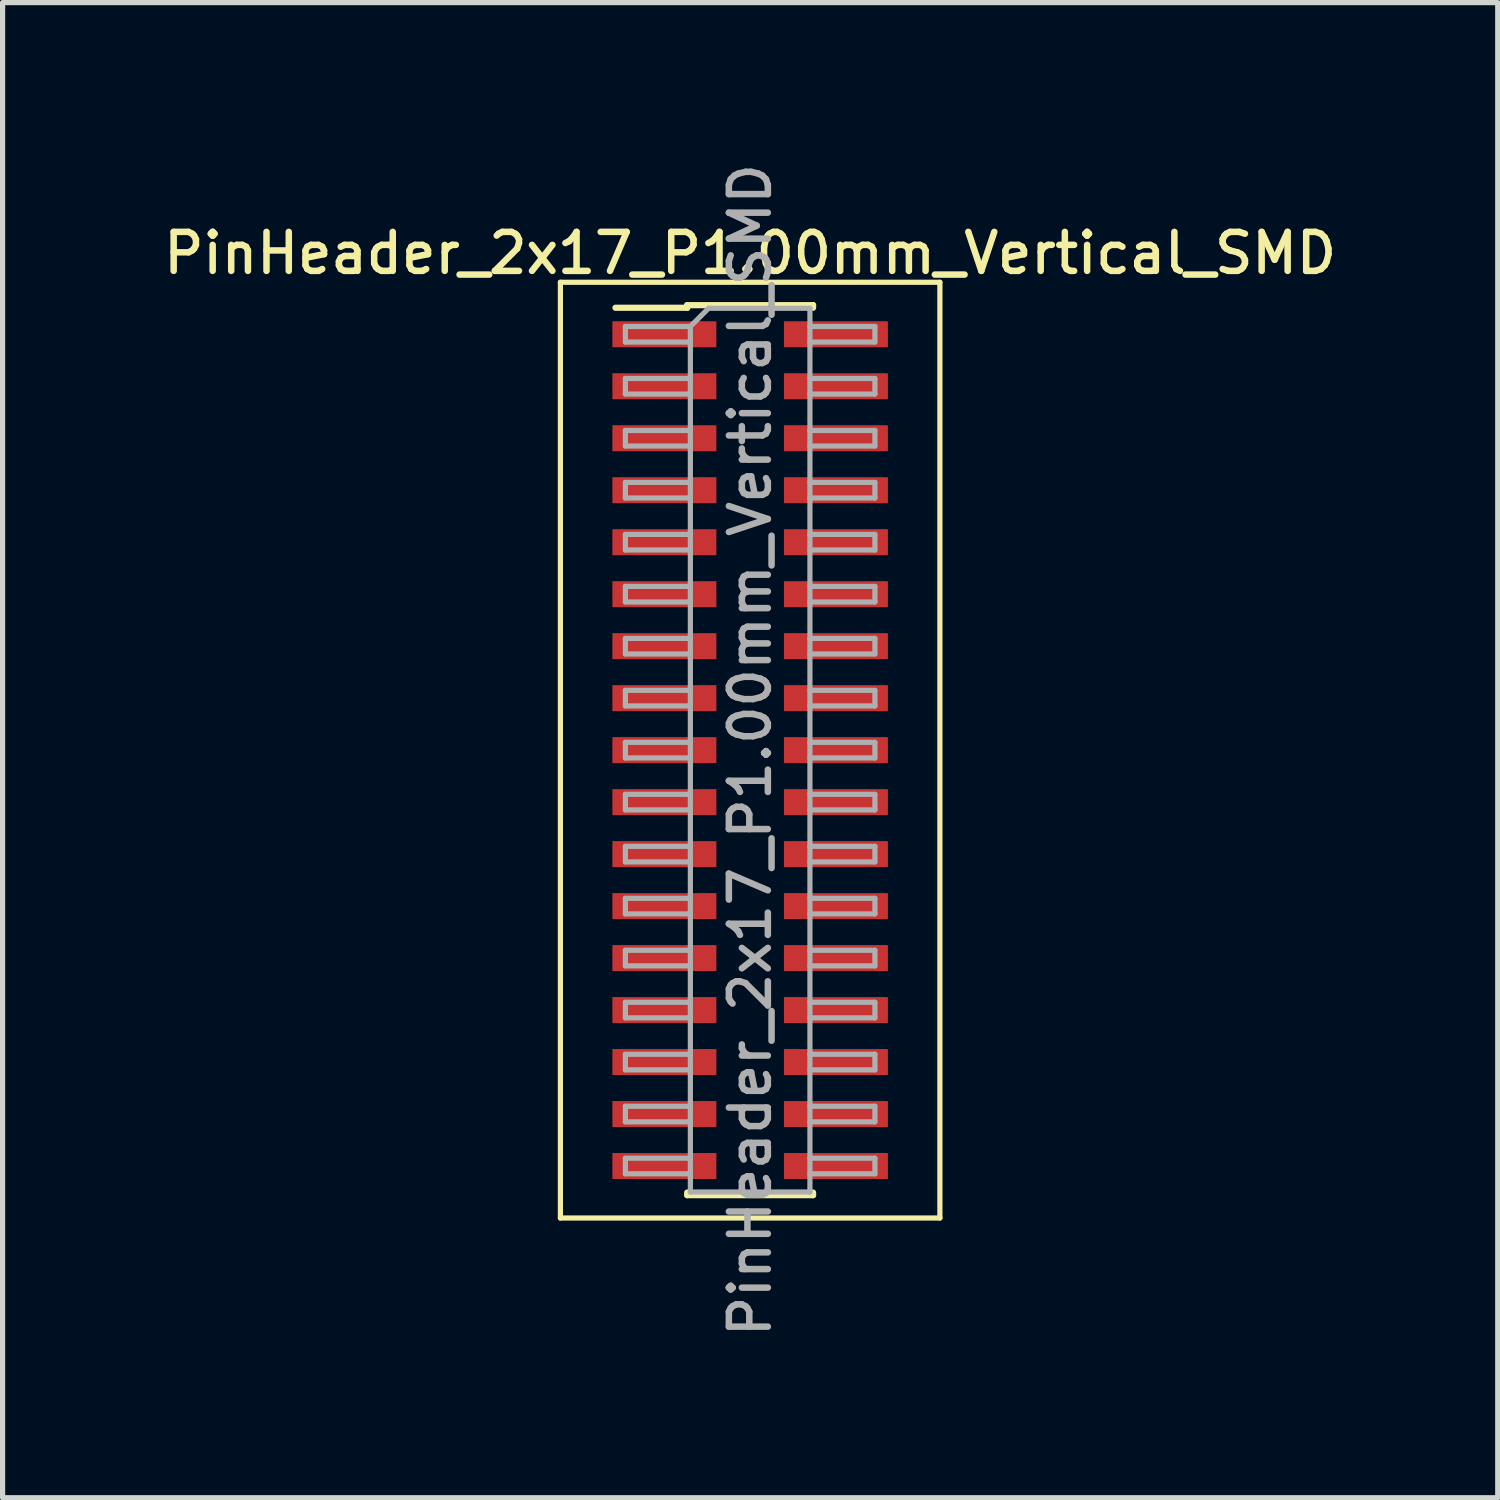
<source format=kicad_pcb>
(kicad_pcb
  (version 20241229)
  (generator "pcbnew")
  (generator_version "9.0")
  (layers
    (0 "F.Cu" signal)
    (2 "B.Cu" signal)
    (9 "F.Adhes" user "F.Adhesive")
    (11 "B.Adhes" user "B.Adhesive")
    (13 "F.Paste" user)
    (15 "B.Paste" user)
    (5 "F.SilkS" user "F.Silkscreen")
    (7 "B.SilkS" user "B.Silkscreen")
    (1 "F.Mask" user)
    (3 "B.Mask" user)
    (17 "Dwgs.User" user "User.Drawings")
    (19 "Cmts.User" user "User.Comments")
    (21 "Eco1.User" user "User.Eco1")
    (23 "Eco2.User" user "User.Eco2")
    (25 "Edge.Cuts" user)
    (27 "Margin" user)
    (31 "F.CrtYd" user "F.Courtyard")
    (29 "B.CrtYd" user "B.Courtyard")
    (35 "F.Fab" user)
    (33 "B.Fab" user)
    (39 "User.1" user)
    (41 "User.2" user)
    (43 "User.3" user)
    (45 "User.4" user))
  (footprint "PinHeader_2x17_P1.00mm_Vertical_SMD"
    (layer "F.Cu")
    (at 11.38 11.38)
    (property "Reference" "PinHeader_2x17_P1.00mm_Vertical_SMD" (at 0 -9.56 0) (layer "F.SilkS") (effects (font (size 0.75 0.75) (thickness 0.125))))
    (attr smd)
    (fp_line (start -3.65 -9) (end -3.65 9) (stroke (width 0.1) (type solid)) (layer "F.SilkS"))
    (fp_line (start -3.65 9) (end 3.65 9) (stroke (width 0.1) (type solid)) (layer "F.SilkS"))
    (fp_line (start -2.59 -8.51) (end -1.21 -8.51) (stroke (width 0.12) (type solid)) (layer "F.SilkS"))
    (fp_line (start -1.21 -8.56) (end -1.21 -8.51) (stroke (width 0.12) (type solid)) (layer "F.SilkS"))
    (fp_line (start -1.21 -8.56) (end 1.21 -8.56) (stroke (width 0.12) (type solid)) (layer "F.SilkS"))
    (fp_line (start -1.21 8.51) (end -1.21 8.56) (stroke (width 0.12) (type solid)) (layer "F.SilkS"))
    (fp_line (start -1.21 8.56) (end 1.21 8.56) (stroke (width 0.12) (type solid)) (layer "F.SilkS"))
    (fp_line (start 1.21 -8.56) (end 1.21 -8.51) (stroke (width 0.12) (type solid)) (layer "F.SilkS"))
    (fp_line (start 1.21 8.51) (end 1.21 8.56) (stroke (width 0.12) (type solid)) (layer "F.SilkS"))
    (fp_line (start 3.65 -9) (end -3.65 -9) (stroke (width 0.1) (type solid)) (layer "F.SilkS"))
    (fp_line (start 3.65 9) (end 3.65 -9) (stroke (width 0.1) (type solid)) (layer "F.SilkS"))
    (fp_line (start -2.4 -8.15) (end -2.4 -7.85) (stroke (width 0.1) (type solid)) (layer "F.Fab"))
    (fp_line (start -2.4 -7.85) (end -1.15 -7.85) (stroke (width 0.1) (type solid)) (layer "F.Fab"))
    (fp_line (start -2.4 -7.15) (end -2.4 -6.85) (stroke (width 0.1) (type solid)) (layer "F.Fab"))
    (fp_line (start -2.4 -6.85) (end -1.15 -6.85) (stroke (width 0.1) (type solid)) (layer "F.Fab"))
    (fp_line (start -2.4 -6.15) (end -2.4 -5.85) (stroke (width 0.1) (type solid)) (layer "F.Fab"))
    (fp_line (start -2.4 -5.85) (end -1.15 -5.85) (stroke (width 0.1) (type solid)) (layer "F.Fab"))
    (fp_line (start -2.4 -5.15) (end -2.4 -4.85) (stroke (width 0.1) (type solid)) (layer "F.Fab"))
    (fp_line (start -2.4 -4.85) (end -1.15 -4.85) (stroke (width 0.1) (type solid)) (layer "F.Fab"))
    (fp_line (start -2.4 -4.15) (end -2.4 -3.85) (stroke (width 0.1) (type solid)) (layer "F.Fab"))
    (fp_line (start -2.4 -3.85) (end -1.15 -3.85) (stroke (width 0.1) (type solid)) (layer "F.Fab"))
    (fp_line (start -2.4 -3.15) (end -2.4 -2.85) (stroke (width 0.1) (type solid)) (layer "F.Fab"))
    (fp_line (start -2.4 -2.85) (end -1.15 -2.85) (stroke (width 0.1) (type solid)) (layer "F.Fab"))
    (fp_line (start -2.4 -2.15) (end -2.4 -1.85) (stroke (width 0.1) (type solid)) (layer "F.Fab"))
    (fp_line (start -2.4 -1.85) (end -1.15 -1.85) (stroke (width 0.1) (type solid)) (layer "F.Fab"))
    (fp_line (start -2.4 -1.15) (end -2.4 -0.85) (stroke (width 0.1) (type solid)) (layer "F.Fab"))
    (fp_line (start -2.4 -0.85) (end -1.15 -0.85) (stroke (width 0.1) (type solid)) (layer "F.Fab"))
    (fp_line (start -2.4 -0.15) (end -2.4 0.15) (stroke (width 0.1) (type solid)) (layer "F.Fab"))
    (fp_line (start -2.4 0.15) (end -1.15 0.15) (stroke (width 0.1) (type solid)) (layer "F.Fab"))
    (fp_line (start -2.4 0.85) (end -2.4 1.15) (stroke (width 0.1) (type solid)) (layer "F.Fab"))
    (fp_line (start -2.4 1.15) (end -1.15 1.15) (stroke (width 0.1) (type solid)) (layer "F.Fab"))
    (fp_line (start -2.4 1.85) (end -2.4 2.15) (stroke (width 0.1) (type solid)) (layer "F.Fab"))
    (fp_line (start -2.4 2.15) (end -1.15 2.15) (stroke (width 0.1) (type solid)) (layer "F.Fab"))
    (fp_line (start -2.4 2.85) (end -2.4 3.15) (stroke (width 0.1) (type solid)) (layer "F.Fab"))
    (fp_line (start -2.4 3.15) (end -1.15 3.15) (stroke (width 0.1) (type solid)) (layer "F.Fab"))
    (fp_line (start -2.4 3.85) (end -2.4 4.15) (stroke (width 0.1) (type solid)) (layer "F.Fab"))
    (fp_line (start -2.4 4.15) (end -1.15 4.15) (stroke (width 0.1) (type solid)) (layer "F.Fab"))
    (fp_line (start -2.4 4.85) (end -2.4 5.15) (stroke (width 0.1) (type solid)) (layer "F.Fab"))
    (fp_line (start -2.4 5.15) (end -1.15 5.15) (stroke (width 0.1) (type solid)) (layer "F.Fab"))
    (fp_line (start -2.4 5.85) (end -2.4 6.15) (stroke (width 0.1) (type solid)) (layer "F.Fab"))
    (fp_line (start -2.4 6.15) (end -1.15 6.15) (stroke (width 0.1) (type solid)) (layer "F.Fab"))
    (fp_line (start -2.4 6.85) (end -2.4 7.15) (stroke (width 0.1) (type solid)) (layer "F.Fab"))
    (fp_line (start -2.4 7.15) (end -1.15 7.15) (stroke (width 0.1) (type solid)) (layer "F.Fab"))
    (fp_line (start -2.4 7.85) (end -2.4 8.15) (stroke (width 0.1) (type solid)) (layer "F.Fab"))
    (fp_line (start -2.4 8.15) (end -1.15 8.15) (stroke (width 0.1) (type solid)) (layer "F.Fab"))
    (fp_line (start -1.15 -8.15) (end -2.4 -8.15) (stroke (width 0.1) (type solid)) (layer "F.Fab"))
    (fp_line (start -1.15 -8.15) (end -0.8 -8.5) (stroke (width 0.1) (type solid)) (layer "F.Fab"))
    (fp_line (start -1.15 -7.15) (end -2.4 -7.15) (stroke (width 0.1) (type solid)) (layer "F.Fab"))
    (fp_line (start -1.15 -6.15) (end -2.4 -6.15) (stroke (width 0.1) (type solid)) (layer "F.Fab"))
    (fp_line (start -1.15 -5.15) (end -2.4 -5.15) (stroke (width 0.1) (type solid)) (layer "F.Fab"))
    (fp_line (start -1.15 -4.15) (end -2.4 -4.15) (stroke (width 0.1) (type solid)) (layer "F.Fab"))
    (fp_line (start -1.15 -3.15) (end -2.4 -3.15) (stroke (width 0.1) (type solid)) (layer "F.Fab"))
    (fp_line (start -1.15 -2.15) (end -2.4 -2.15) (stroke (width 0.1) (type solid)) (layer "F.Fab"))
    (fp_line (start -1.15 -1.15) (end -2.4 -1.15) (stroke (width 0.1) (type solid)) (layer "F.Fab"))
    (fp_line (start -1.15 -0.15) (end -2.4 -0.15) (stroke (width 0.1) (type solid)) (layer "F.Fab"))
    (fp_line (start -1.15 0.85) (end -2.4 0.85) (stroke (width 0.1) (type solid)) (layer "F.Fab"))
    (fp_line (start -1.15 1.85) (end -2.4 1.85) (stroke (width 0.1) (type solid)) (layer "F.Fab"))
    (fp_line (start -1.15 2.85) (end -2.4 2.85) (stroke (width 0.1) (type solid)) (layer "F.Fab"))
    (fp_line (start -1.15 3.85) (end -2.4 3.85) (stroke (width 0.1) (type solid)) (layer "F.Fab"))
    (fp_line (start -1.15 4.85) (end -2.4 4.85) (stroke (width 0.1) (type solid)) (layer "F.Fab"))
    (fp_line (start -1.15 5.85) (end -2.4 5.85) (stroke (width 0.1) (type solid)) (layer "F.Fab"))
    (fp_line (start -1.15 6.85) (end -2.4 6.85) (stroke (width 0.1) (type solid)) (layer "F.Fab"))
    (fp_line (start -1.15 7.85) (end -2.4 7.85) (stroke (width 0.1) (type solid)) (layer "F.Fab"))
    (fp_line (start -1.15 8.5) (end -1.15 -8.15) (stroke (width 0.1) (type solid)) (layer "F.Fab"))
    (fp_line (start -0.8 -8.5) (end 1.15 -8.5) (stroke (width 0.1) (type solid)) (layer "F.Fab"))
    (fp_line (start 1.15 -8.5) (end 1.15 8.5) (stroke (width 0.1) (type solid)) (layer "F.Fab"))
    (fp_line (start 1.15 -8.15) (end 2.4 -8.15) (stroke (width 0.1) (type solid)) (layer "F.Fab"))
    (fp_line (start 1.15 -7.15) (end 2.4 -7.15) (stroke (width 0.1) (type solid)) (layer "F.Fab"))
    (fp_line (start 1.15 -6.15) (end 2.4 -6.15) (stroke (width 0.1) (type solid)) (layer "F.Fab"))
    (fp_line (start 1.15 -5.15) (end 2.4 -5.15) (stroke (width 0.1) (type solid)) (layer "F.Fab"))
    (fp_line (start 1.15 -4.15) (end 2.4 -4.15) (stroke (width 0.1) (type solid)) (layer "F.Fab"))
    (fp_line (start 1.15 -3.15) (end 2.4 -3.15) (stroke (width 0.1) (type solid)) (layer "F.Fab"))
    (fp_line (start 1.15 -2.15) (end 2.4 -2.15) (stroke (width 0.1) (type solid)) (layer "F.Fab"))
    (fp_line (start 1.15 -1.15) (end 2.4 -1.15) (stroke (width 0.1) (type solid)) (layer "F.Fab"))
    (fp_line (start 1.15 -0.15) (end 2.4 -0.15) (stroke (width 0.1) (type solid)) (layer "F.Fab"))
    (fp_line (start 1.15 0.85) (end 2.4 0.85) (stroke (width 0.1) (type solid)) (layer "F.Fab"))
    (fp_line (start 1.15 1.85) (end 2.4 1.85) (stroke (width 0.1) (type solid)) (layer "F.Fab"))
    (fp_line (start 1.15 2.85) (end 2.4 2.85) (stroke (width 0.1) (type solid)) (layer "F.Fab"))
    (fp_line (start 1.15 3.85) (end 2.4 3.85) (stroke (width 0.1) (type solid)) (layer "F.Fab"))
    (fp_line (start 1.15 4.85) (end 2.4 4.85) (stroke (width 0.1) (type solid)) (layer "F.Fab"))
    (fp_line (start 1.15 5.85) (end 2.4 5.85) (stroke (width 0.1) (type solid)) (layer "F.Fab"))
    (fp_line (start 1.15 6.85) (end 2.4 6.85) (stroke (width 0.1) (type solid)) (layer "F.Fab"))
    (fp_line (start 1.15 7.85) (end 2.4 7.85) (stroke (width 0.1) (type solid)) (layer "F.Fab"))
    (fp_line (start 1.15 8.5) (end -1.15 8.5) (stroke (width 0.1) (type solid)) (layer "F.Fab"))
    (fp_line (start 2.4 -8.15) (end 2.4 -7.85) (stroke (width 0.1) (type solid)) (layer "F.Fab"))
    (fp_line (start 2.4 -7.85) (end 1.15 -7.85) (stroke (width 0.1) (type solid)) (layer "F.Fab"))
    (fp_line (start 2.4 -7.15) (end 2.4 -6.85) (stroke (width 0.1) (type solid)) (layer "F.Fab"))
    (fp_line (start 2.4 -6.85) (end 1.15 -6.85) (stroke (width 0.1) (type solid)) (layer "F.Fab"))
    (fp_line (start 2.4 -6.15) (end 2.4 -5.85) (stroke (width 0.1) (type solid)) (layer "F.Fab"))
    (fp_line (start 2.4 -5.85) (end 1.15 -5.85) (stroke (width 0.1) (type solid)) (layer "F.Fab"))
    (fp_line (start 2.4 -5.15) (end 2.4 -4.85) (stroke (width 0.1) (type solid)) (layer "F.Fab"))
    (fp_line (start 2.4 -4.85) (end 1.15 -4.85) (stroke (width 0.1) (type solid)) (layer "F.Fab"))
    (fp_line (start 2.4 -4.15) (end 2.4 -3.85) (stroke (width 0.1) (type solid)) (layer "F.Fab"))
    (fp_line (start 2.4 -3.85) (end 1.15 -3.85) (stroke (width 0.1) (type solid)) (layer "F.Fab"))
    (fp_line (start 2.4 -3.15) (end 2.4 -2.85) (stroke (width 0.1) (type solid)) (layer "F.Fab"))
    (fp_line (start 2.4 -2.85) (end 1.15 -2.85) (stroke (width 0.1) (type solid)) (layer "F.Fab"))
    (fp_line (start 2.4 -2.15) (end 2.4 -1.85) (stroke (width 0.1) (type solid)) (layer "F.Fab"))
    (fp_line (start 2.4 -1.85) (end 1.15 -1.85) (stroke (width 0.1) (type solid)) (layer "F.Fab"))
    (fp_line (start 2.4 -1.15) (end 2.4 -0.85) (stroke (width 0.1) (type solid)) (layer "F.Fab"))
    (fp_line (start 2.4 -0.85) (end 1.15 -0.85) (stroke (width 0.1) (type solid)) (layer "F.Fab"))
    (fp_line (start 2.4 -0.15) (end 2.4 0.15) (stroke (width 0.1) (type solid)) (layer "F.Fab"))
    (fp_line (start 2.4 0.15) (end 1.15 0.15) (stroke (width 0.1) (type solid)) (layer "F.Fab"))
    (fp_line (start 2.4 0.85) (end 2.4 1.15) (stroke (width 0.1) (type solid)) (layer "F.Fab"))
    (fp_line (start 2.4 1.15) (end 1.15 1.15) (stroke (width 0.1) (type solid)) (layer "F.Fab"))
    (fp_line (start 2.4 1.85) (end 2.4 2.15) (stroke (width 0.1) (type solid)) (layer "F.Fab"))
    (fp_line (start 2.4 2.15) (end 1.15 2.15) (stroke (width 0.1) (type solid)) (layer "F.Fab"))
    (fp_line (start 2.4 2.85) (end 2.4 3.15) (stroke (width 0.1) (type solid)) (layer "F.Fab"))
    (fp_line (start 2.4 3.15) (end 1.15 3.15) (stroke (width 0.1) (type solid)) (layer "F.Fab"))
    (fp_line (start 2.4 3.85) (end 2.4 4.15) (stroke (width 0.1) (type solid)) (layer "F.Fab"))
    (fp_line (start 2.4 4.15) (end 1.15 4.15) (stroke (width 0.1) (type solid)) (layer "F.Fab"))
    (fp_line (start 2.4 4.85) (end 2.4 5.15) (stroke (width 0.1) (type solid)) (layer "F.Fab"))
    (fp_line (start 2.4 5.15) (end 1.15 5.15) (stroke (width 0.1) (type solid)) (layer "F.Fab"))
    (fp_line (start 2.4 5.85) (end 2.4 6.15) (stroke (width 0.1) (type solid)) (layer "F.Fab"))
    (fp_line (start 2.4 6.15) (end 1.15 6.15) (stroke (width 0.1) (type solid)) (layer "F.Fab"))
    (fp_line (start 2.4 6.85) (end 2.4 7.15) (stroke (width 0.1) (type solid)) (layer "F.Fab"))
    (fp_line (start 2.4 7.15) (end 1.15 7.15) (stroke (width 0.1) (type solid)) (layer "F.Fab"))
    (fp_line (start 2.4 7.85) (end 2.4 8.15) (stroke (width 0.1) (type solid)) (layer "F.Fab"))
    (fp_line (start 2.4 8.15) (end 1.15 8.15) (stroke (width 0.1) (type solid)) (layer "F.Fab"))
    (fp_text user "${REFERENCE}" (at 0 0 90) (layer "F.Fab") (effects (font (size 0.75 0.75) (thickness 0.125))))
    (pad "1" smd rect (at -1.65 -8) (size 2 0.5) (layers "F.Cu" "F.Mask" "F.Paste"))
    (pad "2" smd rect (at 1.65 -8) (size 2 0.5) (layers "F.Cu" "F.Mask" "F.Paste"))
    (pad "3" smd rect (at -1.65 -7) (size 2 0.5) (layers "F.Cu" "F.Mask" "F.Paste"))
    (pad "4" smd rect (at 1.65 -7) (size 2 0.5) (layers "F.Cu" "F.Mask" "F.Paste"))
    (pad "5" smd rect (at -1.65 -6) (size 2 0.5) (layers "F.Cu" "F.Mask" "F.Paste"))
    (pad "6" smd rect (at 1.65 -6) (size 2 0.5) (layers "F.Cu" "F.Mask" "F.Paste"))
    (pad "7" smd rect (at -1.65 -5) (size 2 0.5) (layers "F.Cu" "F.Mask" "F.Paste"))
    (pad "8" smd rect (at 1.65 -5) (size 2 0.5) (layers "F.Cu" "F.Mask" "F.Paste"))
    (pad "9" smd rect (at -1.65 -4) (size 2 0.5) (layers "F.Cu" "F.Mask" "F.Paste"))
    (pad "10" smd rect (at 1.65 -4) (size 2 0.5) (layers "F.Cu" "F.Mask" "F.Paste"))
    (pad "11" smd rect (at -1.65 -3) (size 2 0.5) (layers "F.Cu" "F.Mask" "F.Paste"))
    (pad "12" smd rect (at 1.65 -3) (size 2 0.5) (layers "F.Cu" "F.Mask" "F.Paste"))
    (pad "13" smd rect (at -1.65 -2) (size 2 0.5) (layers "F.Cu" "F.Mask" "F.Paste"))
    (pad "14" smd rect (at 1.65 -2) (size 2 0.5) (layers "F.Cu" "F.Mask" "F.Paste"))
    (pad "15" smd rect (at -1.65 -1) (size 2 0.5) (layers "F.Cu" "F.Mask" "F.Paste"))
    (pad "16" smd rect (at 1.65 -1) (size 2 0.5) (layers "F.Cu" "F.Mask" "F.Paste"))
    (pad "17" smd rect (at -1.65 0) (size 2 0.5) (layers "F.Cu" "F.Mask" "F.Paste"))
    (pad "18" smd rect (at 1.65 0) (size 2 0.5) (layers "F.Cu" "F.Mask" "F.Paste"))
    (pad "19" smd rect (at -1.65 1) (size 2 0.5) (layers "F.Cu" "F.Mask" "F.Paste"))
    (pad "20" smd rect (at 1.65 1) (size 2 0.5) (layers "F.Cu" "F.Mask" "F.Paste"))
    (pad "21" smd rect (at -1.65 2) (size 2 0.5) (layers "F.Cu" "F.Mask" "F.Paste"))
    (pad "22" smd rect (at 1.65 2) (size 2 0.5) (layers "F.Cu" "F.Mask" "F.Paste"))
    (pad "23" smd rect (at -1.65 3) (size 2 0.5) (layers "F.Cu" "F.Mask" "F.Paste"))
    (pad "24" smd rect (at 1.65 3) (size 2 0.5) (layers "F.Cu" "F.Mask" "F.Paste"))
    (pad "25" smd rect (at -1.65 4) (size 2 0.5) (layers "F.Cu" "F.Mask" "F.Paste"))
    (pad "26" smd rect (at 1.65 4) (size 2 0.5) (layers "F.Cu" "F.Mask" "F.Paste"))
    (pad "27" smd rect (at -1.65 5) (size 2 0.5) (layers "F.Cu" "F.Mask" "F.Paste"))
    (pad "28" smd rect (at 1.65 5) (size 2 0.5) (layers "F.Cu" "F.Mask" "F.Paste"))
    (pad "29" smd rect (at -1.65 6) (size 2 0.5) (layers "F.Cu" "F.Mask" "F.Paste"))
    (pad "30" smd rect (at 1.65 6) (size 2 0.5) (layers "F.Cu" "F.Mask" "F.Paste"))
    (pad "31" smd rect (at -1.65 7) (size 2 0.5) (layers "F.Cu" "F.Mask" "F.Paste"))
    (pad "32" smd rect (at 1.65 7) (size 2 0.5) (layers "F.Cu" "F.Mask" "F.Paste"))
    (pad "33" smd rect (at -1.65 8) (size 2 0.5) (layers "F.Cu" "F.Mask" "F.Paste"))
    (pad "34" smd rect (at 1.65 8) (size 2 0.5) (layers "F.Cu" "F.Mask" "F.Paste")))
  (gr_rect
    (start -3 -3)
    (end 25.761 25.761)
    (stroke (width 0.1) (type default))
    (fill no)
    (layer "Edge.Cuts")))
</source>
